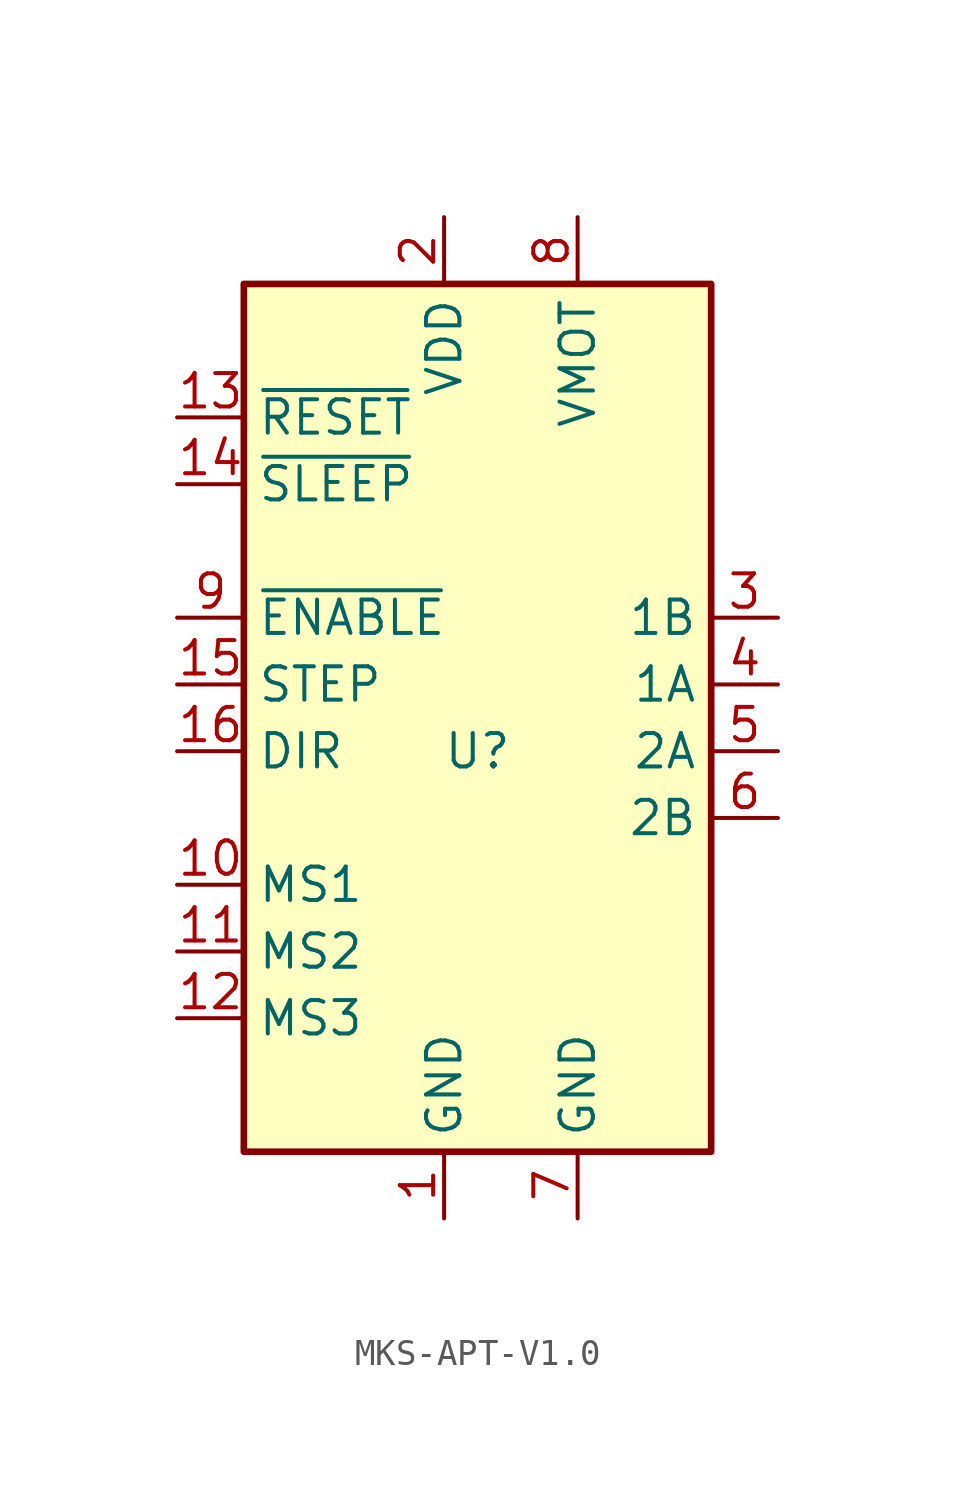
<source format=kicad_sym>
(kicad_symbol_lib
  (version 20220914)
  (generator kicad_symbol_editor)
  (symbol "MKS-APT-V1.0"
    (property "Reference" "U"
      (at 11.43 -17.78 0)
      (effects (font (size 1.27 1.27))))
    (property "Value" ""
      (at 0 0 0)
      (effects (font (size 1.27 1.27))))
    (symbol "MKS-APT-V1.0_0_1"
      (rectangle (start 20.32 -33.02) (end 2.54 0) (stroke (width 0.254) (type default)) (fill (type background))))
    (symbol "MKS-APT-V1.0_1_1"
      (pin power_in line (at 10.16 -35.56 90) (length 2.54) (name "GND" (effects (font (size 1.27 1.27)))) (number "1" (effects (font (size 1.27 1.27)))))
      (pin input line (at 0 -22.86 0) (length 2.54) (name "MS1" (effects (font (size 1.27 1.27)))) (number "10" (effects (font (size 1.27 1.27)))))
      (pin input line (at 0 -25.4 0) (length 2.54) (name "MS2" (effects (font (size 1.27 1.27)))) (number "11" (effects (font (size 1.27 1.27)))))
      (pin input line (at 0 -27.94 0) (length 2.54) (name "MS3" (effects (font (size 1.27 1.27)))) (number "12" (effects (font (size 1.27 1.27)))))
      (pin input line (at 0 -5.08 0) (length 2.54) (name "~{RESET}" (effects (font (size 1.27 1.27)))) (number "13" (effects (font (size 1.27 1.27)))))
      (pin input line (at 0 -7.62 0) (length 2.54) (name "~{SLEEP}" (effects (font (size 1.27 1.27)))) (number "14" (effects (font (size 1.27 1.27)))))
      (pin input line (at 0 -15.24 0) (length 2.54) (name "STEP" (effects (font (size 1.27 1.27)))) (number "15" (effects (font (size 1.27 1.27)))))
      (pin input line (at 0 -17.78 0) (length 2.54) (name "DIR" (effects (font (size 1.27 1.27)))) (number "16" (effects (font (size 1.27 1.27)))))
      (pin power_in line (at 10.16 2.54 270) (length 2.54) (name "VDD" (effects (font (size 1.27 1.27)))) (number "2" (effects (font (size 1.27 1.27)))))
      (pin output line (at 22.86 -12.7 180) (length 2.54) (name "1B" (effects (font (size 1.27 1.27)))) (number "3" (effects (font (size 1.27 1.27)))))
      (pin output line (at 22.86 -15.24 180) (length 2.54) (name "1A" (effects (font (size 1.27 1.27)))) (number "4" (effects (font (size 1.27 1.27)))))
      (pin output line (at 22.86 -17.78 180) (length 2.54) (name "2A" (effects (font (size 1.27 1.27)))) (number "5" (effects (font (size 1.27 1.27)))))
      (pin output line (at 22.86 -20.32 180) (length 2.54) (name "2B" (effects (font (size 1.27 1.27)))) (number "6" (effects (font (size 1.27 1.27)))))
      (pin power_in line (at 15.24 -35.56 90) (length 2.54) (name "GND" (effects (font (size 1.27 1.27)))) (number "7" (effects (font (size 1.27 1.27)))))
      (pin power_in line (at 15.24 2.54 270) (length 2.54) (name "VMOT" (effects (font (size 1.27 1.27)))) (number "8" (effects (font (size 1.27 1.27)))))
      (pin input line (at 0 -12.7 0) (length 2.54) (name "~{ENABLE}" (effects (font (size 1.27 1.27)))) (number "9" (effects (font (size 1.27 1.27))))))))
</source>
